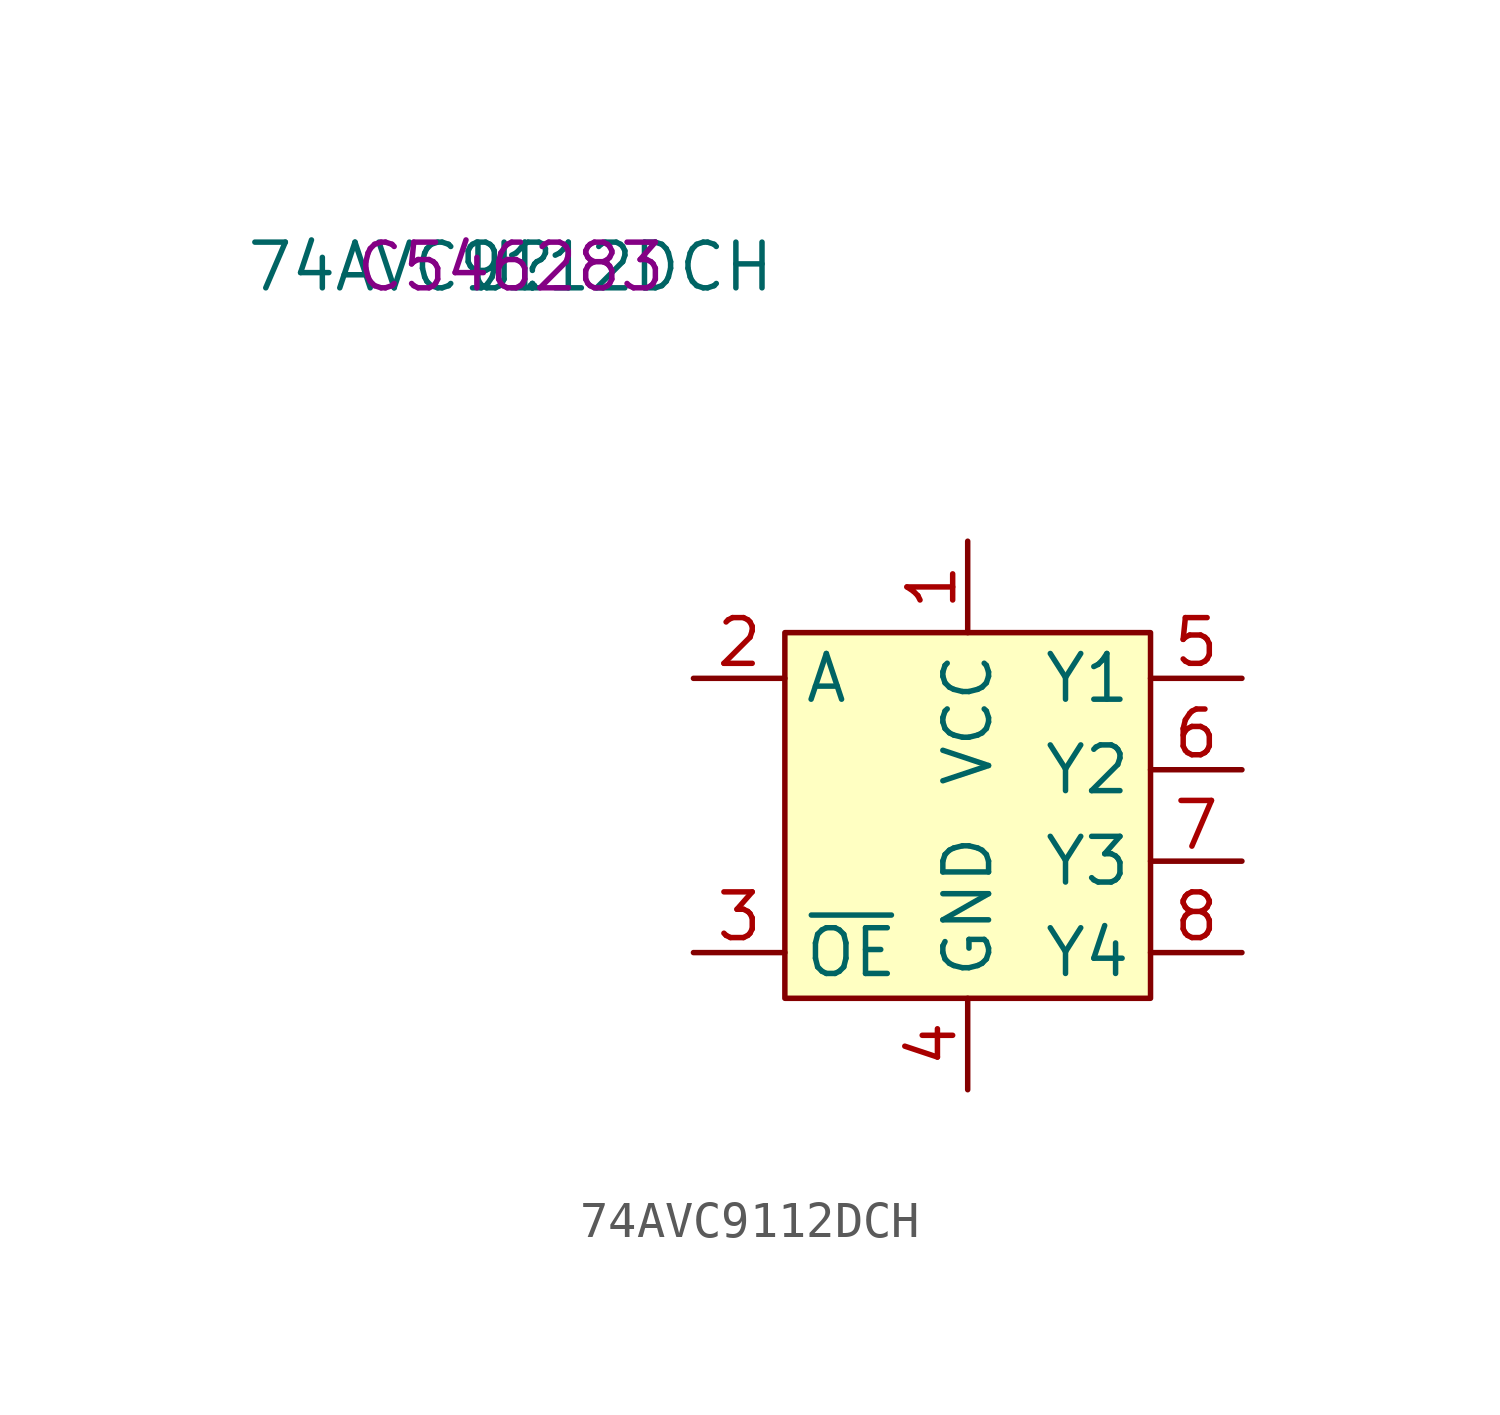
<source format=kicad_sym>
(kicad_symbol_lib
  (version 20220914)
  (generator kicad_symbol_editor)
  (symbol "74AVC9112DCH"
    (property "Reference" "U"
      (at 0 0 0)
      (effects (font (size 1.27 1.27))))
    (property "Value" "74AVC9112DCH"
      (at 0 0 0)
      (effects (font (size 1.27 1.27))))
    (property "LCSC" "C546283"
      (at 0 0 0)
      (effects (font (size 1.27 1.27))))
    (symbol "74AVC9112DCH_0_0"
      (pin power_in line (at 12.7 -7.62 270) (length 2.54) (name "VCC" (effects (font (size 1.27 1.27)))) (number "1" (effects (font (size 1.27 1.27)))))
      (pin input line (at 5.08 -11.43 0) (length 2.54) (name "A" (effects (font (size 1.27 1.27)))) (number "2" (effects (font (size 1.27 1.27)))))
      (pin input line (at 5.08 -19.05 0) (length 2.54) (name "~{OE}" (effects (font (size 1.27 1.27)))) (number "3" (effects (font (size 1.27 1.27)))))
      (pin power_in line (at 12.7 -22.86 90) (length 2.54) (name "GND" (effects (font (size 1.27 1.27)))) (number "4" (effects (font (size 1.27 1.27)))))
      (pin output line (at 20.32 -11.43 180) (length 2.54) (name "Y1" (effects (font (size 1.27 1.27)))) (number "5" (effects (font (size 1.27 1.27)))))
      (pin output line (at 20.32 -13.97 180) (length 2.54) (name "Y2" (effects (font (size 1.27 1.27)))) (number "6" (effects (font (size 1.27 1.27)))))
      (pin output line (at 20.32 -16.51 180) (length 2.54) (name "Y3" (effects (font (size 1.27 1.27)))) (number "7" (effects (font (size 1.27 1.27)))))
      (pin output line (at 20.32 -19.05 180) (length 2.54) (name "Y4" (effects (font (size 1.27 1.27)))) (number "8" (effects (font (size 1.27 1.27))))))
    (symbol "74AVC9112DCH_1_1"
      (rectangle (start 7.62 -10.16) (end 17.78 -20.32) (stroke (width 0) (type default)) (fill (type background))))))
</source>
